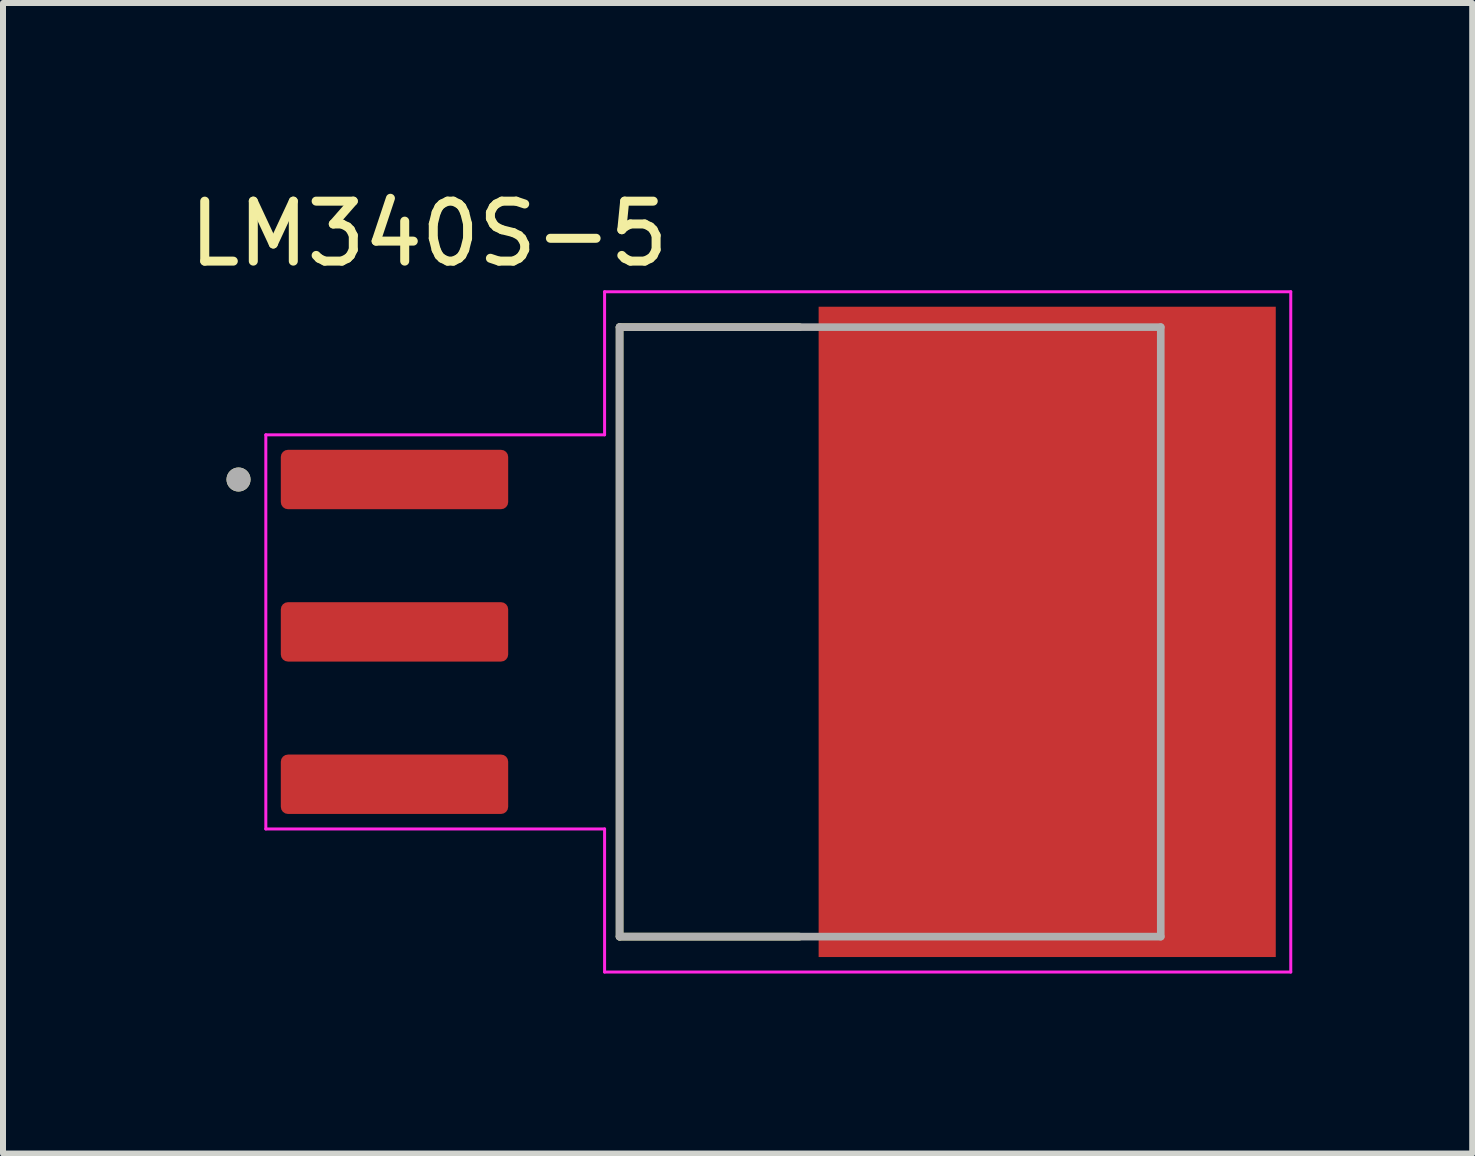
<source format=kicad_pcb>
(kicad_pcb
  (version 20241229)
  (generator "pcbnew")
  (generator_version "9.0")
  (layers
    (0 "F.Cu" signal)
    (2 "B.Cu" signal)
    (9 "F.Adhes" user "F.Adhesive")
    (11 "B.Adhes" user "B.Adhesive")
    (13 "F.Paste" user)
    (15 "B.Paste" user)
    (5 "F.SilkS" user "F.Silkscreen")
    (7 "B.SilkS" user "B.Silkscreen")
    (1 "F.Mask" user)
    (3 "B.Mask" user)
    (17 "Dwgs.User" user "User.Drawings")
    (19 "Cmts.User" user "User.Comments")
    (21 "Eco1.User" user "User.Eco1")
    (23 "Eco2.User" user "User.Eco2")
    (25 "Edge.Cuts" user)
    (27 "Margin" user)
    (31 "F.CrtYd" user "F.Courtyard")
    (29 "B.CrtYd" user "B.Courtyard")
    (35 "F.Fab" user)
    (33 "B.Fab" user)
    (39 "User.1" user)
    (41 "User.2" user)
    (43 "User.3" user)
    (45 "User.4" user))
  (footprint "LM340S-5"
    (layer "F.Cu")
    (at 9.926 7.483)
    (property "Reference" "LM340S-5" (at -5.825 -6.635 0) (layer "F.SilkS") (effects (font (size 1 1) (thickness 0.15))))
    (attr smd)
    (fp_line (start -2.648 -5.08) (end -2.648 5.08) (stroke (width 0.127) (type solid)) (layer "F.SilkS"))
    (fp_line (start -2.648 5.08) (end 0.35 5.08) (stroke (width 0.127) (type solid)) (layer "F.SilkS"))
    (fp_line (start 0.35 -5.08) (end -2.648 -5.08) (stroke (width 0.127) (type solid)) (layer "F.SilkS"))
    (fp_circle (center -9 -2.54) (end -8.9 -2.54) (stroke (width 0.2) (type solid)) (fill no) (layer "F.SilkS"))
    (fp_poly (pts (xy 1.215 -5.13) (xy 2.665 -5.13) (xy 2.665 -3.87) (xy 1.215 -3.87)) (stroke (width 0.01) (type solid)) (fill yes) (layer "F.Paste"))
    (fp_poly (pts (xy 1.215 -3.33) (xy 2.665 -3.33) (xy 2.665 -2.07) (xy 1.215 -2.07)) (stroke (width 0.01) (type solid)) (fill yes) (layer "F.Paste"))
    (fp_poly (pts (xy 1.215 -1.53) (xy 2.665 -1.53) (xy 2.665 -0.27) (xy 1.215 -0.27)) (stroke (width 0.01) (type solid)) (fill yes) (layer "F.Paste"))
    (fp_poly (pts (xy 1.215 0.27) (xy 2.665 0.27) (xy 2.665 1.53) (xy 1.215 1.53)) (stroke (width 0.01) (type solid)) (fill yes) (layer "F.Paste"))
    (fp_poly (pts (xy 1.215 2.07) (xy 2.665 2.07) (xy 2.665 3.33) (xy 1.215 3.33)) (stroke (width 0.01) (type solid)) (fill yes) (layer "F.Paste"))
    (fp_poly (pts (xy 1.215 3.87) (xy 2.665 3.87) (xy 2.665 5.13) (xy 1.215 5.13)) (stroke (width 0.01) (type solid)) (fill yes) (layer "F.Paste"))
    (fp_poly (pts (xy 3.755 -5.13) (xy 5.205 -5.13) (xy 5.205 -3.87) (xy 3.755 -3.87)) (stroke (width 0.01) (type solid)) (fill yes) (layer "F.Paste"))
    (fp_poly (pts (xy 3.755 -3.33) (xy 5.205 -3.33) (xy 5.205 -2.07) (xy 3.755 -2.07)) (stroke (width 0.01) (type solid)) (fill yes) (layer "F.Paste"))
    (fp_poly (pts (xy 3.755 -1.53) (xy 5.205 -1.53) (xy 5.205 -0.27) (xy 3.755 -0.27)) (stroke (width 0.01) (type solid)) (fill yes) (layer "F.Paste"))
    (fp_poly (pts (xy 3.755 0.27) (xy 5.205 0.27) (xy 5.205 1.53) (xy 3.755 1.53)) (stroke (width 0.01) (type solid)) (fill yes) (layer "F.Paste"))
    (fp_poly (pts (xy 3.755 2.07) (xy 5.205 2.07) (xy 5.205 3.33) (xy 3.755 3.33)) (stroke (width 0.01) (type solid)) (fill yes) (layer "F.Paste"))
    (fp_poly (pts (xy 3.755 3.87) (xy 5.205 3.87) (xy 5.205 5.13) (xy 3.755 5.13)) (stroke (width 0.01) (type solid)) (fill yes) (layer "F.Paste"))
    (fp_poly (pts (xy 6.295 -5.13) (xy 7.745 -5.13) (xy 7.745 -3.87) (xy 6.295 -3.87)) (stroke (width 0.01) (type solid)) (fill yes) (layer "F.Paste"))
    (fp_poly (pts (xy 6.295 -3.33) (xy 7.745 -3.33) (xy 7.745 -2.07) (xy 6.295 -2.07)) (stroke (width 0.01) (type solid)) (fill yes) (layer "F.Paste"))
    (fp_poly (pts (xy 6.295 -1.53) (xy 7.745 -1.53) (xy 7.745 -0.27) (xy 6.295 -0.27)) (stroke (width 0.01) (type solid)) (fill yes) (layer "F.Paste"))
    (fp_poly (pts (xy 6.295 0.27) (xy 7.745 0.27) (xy 7.745 1.53) (xy 6.295 1.53)) (stroke (width 0.01) (type solid)) (fill yes) (layer "F.Paste"))
    (fp_poly (pts (xy 6.295 2.07) (xy 7.745 2.07) (xy 7.745 3.33) (xy 6.295 3.33)) (stroke (width 0.01) (type solid)) (fill yes) (layer "F.Paste"))
    (fp_poly (pts (xy 6.295 3.87) (xy 7.745 3.87) (xy 7.745 5.13) (xy 6.295 5.13)) (stroke (width 0.01) (type solid)) (fill yes) (layer "F.Paste"))
    (fp_line (start -8.545 -3.285) (end -8.545 3.285) (stroke (width 0.05) (type solid)) (layer "F.CrtYd"))
    (fp_line (start -8.545 3.285) (end -2.898 3.285) (stroke (width 0.05) (type solid)) (layer "F.CrtYd"))
    (fp_line (start -2.898 -5.67) (end -2.898 -3.285) (stroke (width 0.05) (type solid)) (layer "F.CrtYd"))
    (fp_line (start -2.898 -3.285) (end -8.545 -3.285) (stroke (width 0.05) (type solid)) (layer "F.CrtYd"))
    (fp_line (start -2.898 3.285) (end -2.898 5.67) (stroke (width 0.05) (type solid)) (layer "F.CrtYd"))
    (fp_line (start -2.898 5.67) (end 8.54 5.67) (stroke (width 0.05) (type solid)) (layer "F.CrtYd"))
    (fp_line (start 8.54 -5.67) (end -2.898 -5.67) (stroke (width 0.05) (type solid)) (layer "F.CrtYd"))
    (fp_line (start 8.54 5.67) (end 8.54 -5.67) (stroke (width 0.05) (type solid)) (layer "F.CrtYd"))
    (fp_line (start -2.648 -5.08) (end 6.373 -5.08) (stroke (width 0.127) (type solid)) (layer "F.Fab"))
    (fp_line (start -2.648 5.08) (end -2.648 -5.08) (stroke (width 0.127) (type solid)) (layer "F.Fab"))
    (fp_line (start 6.373 -5.08) (end 6.373 5.08) (stroke (width 0.127) (type solid)) (layer "F.Fab"))
    (fp_line (start 6.373 5.08) (end -2.648 5.08) (stroke (width 0.127) (type solid)) (layer "F.Fab"))
    (fp_circle (center -9 -2.54) (end -8.9 -2.54) (stroke (width 0.2) (type solid)) (fill no) (layer "F.Fab"))
    (pad "1" smd roundrect (at -6.4 -2.54) (size 3.79 0.99) (layers "F.Cu" "F.Mask" "F.Paste") (roundrect_rratio 0.12))
    (pad "2" smd roundrect (at -6.4 0) (size 3.79 0.99) (layers "F.Cu" "F.Mask" "F.Paste") (roundrect_rratio 0.12))
    (pad "3" smd roundrect (at -6.4 2.54) (size 3.79 0.99) (layers "F.Cu" "F.Mask" "F.Paste") (roundrect_rratio 0.12))
    (pad "4" smd rect (at 4.48 0) (size 7.62 10.84) (layers "F.Cu" "F.Mask")))
  (gr_rect
    (start -3 -3)
    (end 21.491 16.178)
    (stroke (width 0.1) (type default))
    (fill no)
    (layer "Edge.Cuts")))
</source>
